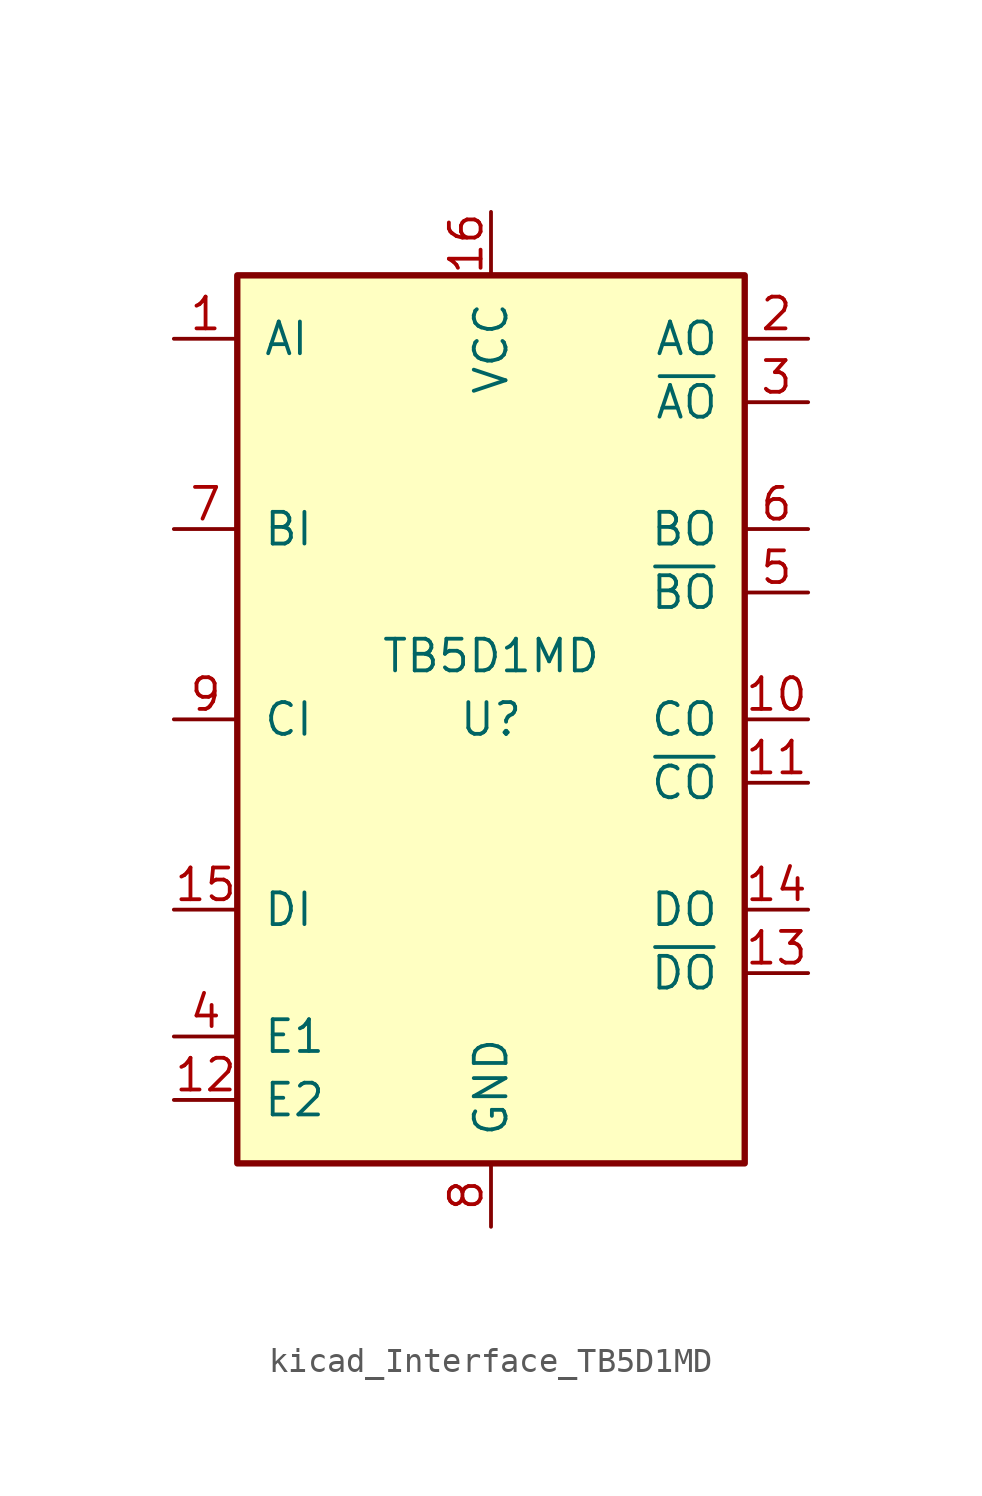
<source format=kicad_sym>
(kicad_symbol_lib
  (version 20220914)
  (generator kicad_symbol_editor)
  (symbol "kicad_Interface_TB5D1MD"
    (pin_names
      (offset 1.016))
    (property "Reference" "U"
      (at 0 0 0)
      (effects (font (size 1.27 1.27))))
    (property "Value" "TB5D1MD"
      (at 0 2.54 0)
      (effects (font (size 1.27 1.27))))
    (symbol "kicad_Interface_TB5D1MD_0_1"
      (rectangle (start -10.16 -17.78) (end 10.16 17.78) (stroke (width 0.254) (type default)) (fill (type background))))
    (symbol "kicad_Interface_TB5D1MD_1_1"
      (pin input line (at -12.7 15.24 0) (length 2.54) (name "AI" (effects (font (size 1.27 1.27)))) (number "1" (effects (font (size 1.27 1.27)))))
      (pin output line (at 12.7 0 180) (length 2.54) (name "CO" (effects (font (size 1.27 1.27)))) (number "10" (effects (font (size 1.27 1.27)))))
      (pin output line (at 12.7 -2.54 180) (length 2.54) (name "~{CO}" (effects (font (size 1.27 1.27)))) (number "11" (effects (font (size 1.27 1.27)))))
      (pin input line (at -12.7 -15.24 0) (length 2.54) (name "E2" (effects (font (size 1.27 1.27)))) (number "12" (effects (font (size 1.27 1.27)))))
      (pin output line (at 12.7 -10.16 180) (length 2.54) (name "~{DO}" (effects (font (size 1.27 1.27)))) (number "13" (effects (font (size 1.27 1.27)))))
      (pin output line (at 12.7 -7.62 180) (length 2.54) (name "DO" (effects (font (size 1.27 1.27)))) (number "14" (effects (font (size 1.27 1.27)))))
      (pin input line (at -12.7 -7.62 0) (length 2.54) (name "DI" (effects (font (size 1.27 1.27)))) (number "15" (effects (font (size 1.27 1.27)))))
      (pin power_in line (at 0 20.32 270) (length 2.54) (name "VCC" (effects (font (size 1.27 1.27)))) (number "16" (effects (font (size 1.27 1.27)))))
      (pin output line (at 12.7 15.24 180) (length 2.54) (name "AO" (effects (font (size 1.27 1.27)))) (number "2" (effects (font (size 1.27 1.27)))))
      (pin output line (at 12.7 12.7 180) (length 2.54) (name "~{AO}" (effects (font (size 1.27 1.27)))) (number "3" (effects (font (size 1.27 1.27)))))
      (pin input line (at -12.7 -12.7 0) (length 2.54) (name "E1" (effects (font (size 1.27 1.27)))) (number "4" (effects (font (size 1.27 1.27)))))
      (pin output line (at 12.7 5.08 180) (length 2.54) (name "~{BO}" (effects (font (size 1.27 1.27)))) (number "5" (effects (font (size 1.27 1.27)))))
      (pin output line (at 12.7 7.62 180) (length 2.54) (name "BO" (effects (font (size 1.27 1.27)))) (number "6" (effects (font (size 1.27 1.27)))))
      (pin input line (at -12.7 7.62 0) (length 2.54) (name "BI" (effects (font (size 1.27 1.27)))) (number "7" (effects (font (size 1.27 1.27)))))
      (pin power_in line (at 0 -20.32 90) (length 2.54) (name "GND" (effects (font (size 1.27 1.27)))) (number "8" (effects (font (size 1.27 1.27)))))
      (pin input line (at -12.7 0 0) (length 2.54) (name "CI" (effects (font (size 1.27 1.27)))) (number "9" (effects (font (size 1.27 1.27))))))))
</source>
